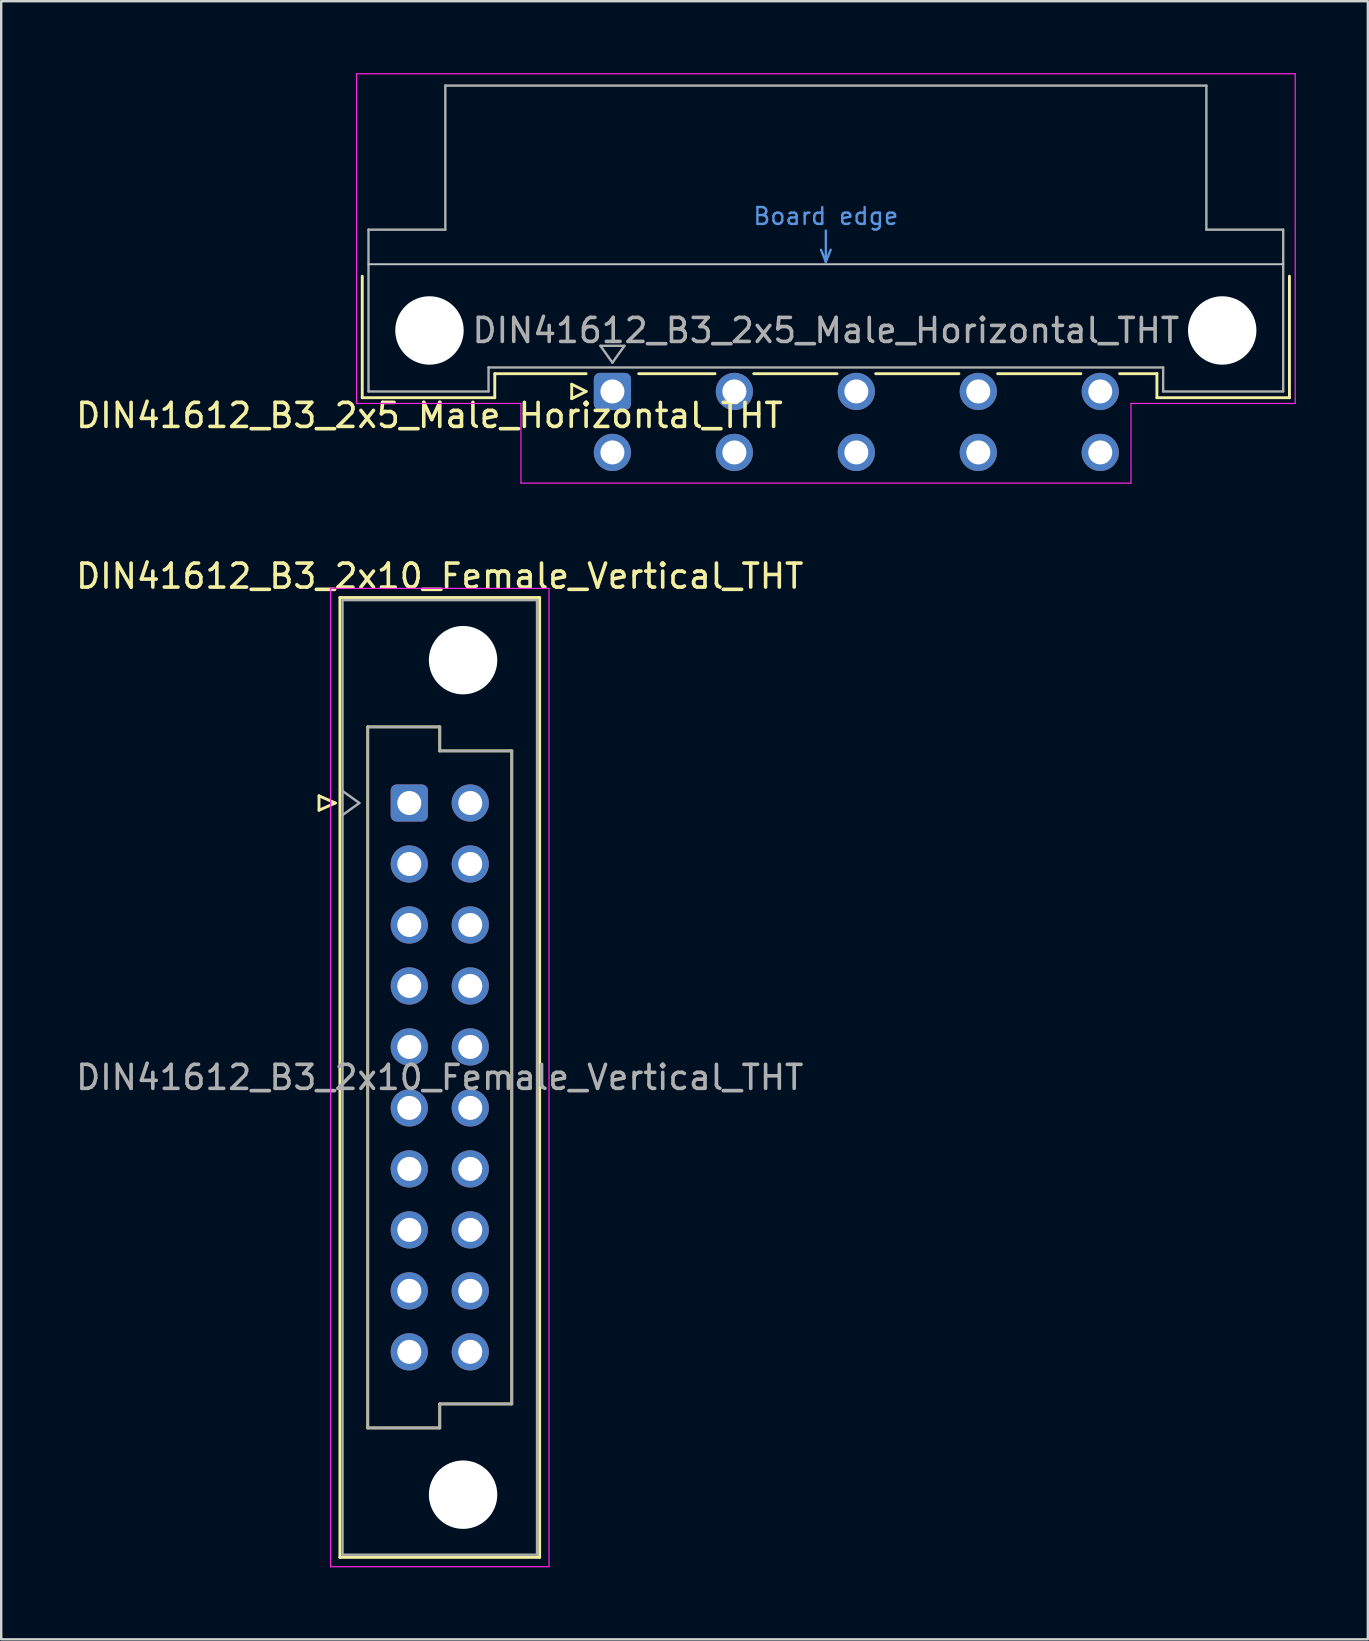
<source format=kicad_pcb>
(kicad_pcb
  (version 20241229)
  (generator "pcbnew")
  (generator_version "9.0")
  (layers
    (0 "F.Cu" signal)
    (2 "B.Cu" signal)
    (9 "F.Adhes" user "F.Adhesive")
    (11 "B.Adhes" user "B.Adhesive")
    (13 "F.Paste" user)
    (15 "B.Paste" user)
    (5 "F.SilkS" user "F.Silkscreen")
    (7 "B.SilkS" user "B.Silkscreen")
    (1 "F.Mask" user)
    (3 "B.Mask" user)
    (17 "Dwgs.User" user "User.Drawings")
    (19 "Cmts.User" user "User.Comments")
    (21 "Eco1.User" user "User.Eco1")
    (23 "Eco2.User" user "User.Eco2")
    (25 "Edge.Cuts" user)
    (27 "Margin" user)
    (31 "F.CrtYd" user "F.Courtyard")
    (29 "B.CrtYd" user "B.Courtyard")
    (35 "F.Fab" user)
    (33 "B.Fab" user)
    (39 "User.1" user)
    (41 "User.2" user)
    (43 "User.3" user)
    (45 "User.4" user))
  (footprint "DIN41612_B3_2x5_Male_Horizontal_THT"
    (layer "F.Cu")
    (at 19.919 13.255)
    (property "Reference" "DIN41612_B3_2x5_Male_Horizontal_THT" (at -5.08 1 0) (layer "F.SilkS") (effects (font (size 1 1) (thickness 0.15))))
    (attr through_hole)
    (fp_line (start -7.88 -4.8) (end -7.88 0.26) (stroke (width 0.12) (type solid)) (layer "F.SilkS"))
    (fp_line (start -7.88 0.26) (end -2.36 0.26) (stroke (width 0.12) (type solid)) (layer "F.SilkS"))
    (fp_line (start -2.36 -0.74) (end 1.445 -0.74) (stroke (width 0.12) (type solid)) (layer "F.SilkS"))
    (fp_line (start -2.36 0.26) (end -2.36 -0.74) (stroke (width 0.12) (type solid)) (layer "F.SilkS"))
    (fp_line (start 0.845 -0.3) (end 0.845 0.3) (stroke (width 0.12) (type solid)) (layer "F.SilkS"))
    (fp_line (start 0.845 0.3) (end 1.445 0) (stroke (width 0.12) (type solid)) (layer "F.SilkS"))
    (fp_line (start 1.445 0) (end 0.845 -0.3) (stroke (width 0.12) (type solid)) (layer "F.SilkS"))
    (fp_line (start 3.635 -0.74) (end 6.813 -0.74) (stroke (width 0.12) (type solid)) (layer "F.SilkS"))
    (fp_line (start 8.427 -0.74) (end 11.893 -0.74) (stroke (width 0.12) (type solid)) (layer "F.SilkS"))
    (fp_line (start 13.507 -0.74) (end 16.973 -0.74) (stroke (width 0.12) (type solid)) (layer "F.SilkS"))
    (fp_line (start 18.587 -0.74) (end 22.053 -0.74) (stroke (width 0.12) (type solid)) (layer "F.SilkS"))
    (fp_line (start 23.667 -0.74) (end 25.22 -0.74) (stroke (width 0.12) (type solid)) (layer "F.SilkS"))
    (fp_line (start 25.22 0.26) (end 25.22 -0.74) (stroke (width 0.12) (type solid)) (layer "F.SilkS"))
    (fp_line (start 30.74 -4.8) (end 30.74 0.26) (stroke (width 0.12) (type solid)) (layer "F.SilkS"))
    (fp_line (start 30.74 0.26) (end 25.22 0.26) (stroke (width 0.12) (type solid)) (layer "F.SilkS"))
    (fp_line (start -7.62 -5.3) (end 30.48 -5.3) (stroke (width 0.08) (type solid)) (layer "Dwgs.User"))
    (fp_line (start 11.23 -5.9) (end 11.43 -5.4) (stroke (width 0.1) (type solid)) (layer "Cmts.User"))
    (fp_line (start 11.43 -5.4) (end 11.43 -6.7) (stroke (width 0.1) (type solid)) (layer "Cmts.User"))
    (fp_line (start 11.43 -5.4) (end 11.63 -5.9) (stroke (width 0.1) (type solid)) (layer "Cmts.User"))
    (fp_line (start -8.12 -13.23) (end -8.12 0.5) (stroke (width 0.05) (type solid)) (layer "F.CrtYd"))
    (fp_line (start -8.12 0.5) (end -1.27 0.5) (stroke (width 0.05) (type solid)) (layer "F.CrtYd"))
    (fp_line (start -1.27 0.5) (end -1.27 3.82) (stroke (width 0.05) (type solid)) (layer "F.CrtYd"))
    (fp_line (start -1.27 3.82) (end 24.14 3.82) (stroke (width 0.05) (type solid)) (layer "F.CrtYd"))
    (fp_line (start 24.14 0.5) (end 30.98 0.5) (stroke (width 0.05) (type solid)) (layer "F.CrtYd"))
    (fp_line (start 24.14 3.82) (end 24.14 0.5) (stroke (width 0.05) (type solid)) (layer "F.CrtYd"))
    (fp_line (start 30.98 -13.23) (end -8.12 -13.23) (stroke (width 0.05) (type solid)) (layer "F.CrtYd"))
    (fp_line (start 30.98 0.5) (end 30.98 -13.23) (stroke (width 0.05) (type solid)) (layer "F.CrtYd"))
    (fp_line (start -7.62 -6.74) (end -7.62 0) (stroke (width 0.1) (type solid)) (layer "F.Fab"))
    (fp_line (start -7.62 0) (end -2.62 0) (stroke (width 0.1) (type solid)) (layer "F.Fab"))
    (fp_line (start -4.42 -12.74) (end -4.42 -6.74) (stroke (width 0.1) (type solid)) (layer "F.Fab"))
    (fp_line (start -4.42 -6.74) (end -7.62 -6.74) (stroke (width 0.1) (type solid)) (layer "F.Fab"))
    (fp_line (start -2.62 -1) (end 25.48 -1) (stroke (width 0.1) (type solid)) (layer "F.Fab"))
    (fp_line (start -2.62 0) (end -2.62 -1) (stroke (width 0.1) (type solid)) (layer "F.Fab"))
    (fp_line (start 2.04 -1.9) (end 3.04 -1.9) (stroke (width 0.1) (type solid)) (layer "F.Fab"))
    (fp_line (start 2.54 -1.2) (end 2.04 -1.9) (stroke (width 0.1) (type solid)) (layer "F.Fab"))
    (fp_line (start 3.04 -1.9) (end 2.54 -1.2) (stroke (width 0.1) (type solid)) (layer "F.Fab"))
    (fp_line (start 25.48 -1) (end 25.48 0) (stroke (width 0.1) (type solid)) (layer "F.Fab"))
    (fp_line (start 25.48 0) (end 30.48 0) (stroke (width 0.1) (type solid)) (layer "F.Fab"))
    (fp_line (start 27.28 -12.74) (end -4.42 -12.74) (stroke (width 0.1) (type solid)) (layer "F.Fab"))
    (fp_line (start 27.28 -6.74) (end 27.28 -12.74) (stroke (width 0.1) (type solid)) (layer "F.Fab"))
    (fp_line (start 30.48 -6.74) (end 27.28 -6.74) (stroke (width 0.1) (type solid)) (layer "F.Fab"))
    (fp_line (start 30.48 0) (end 30.48 -6.74) (stroke (width 0.1) (type solid)) (layer "F.Fab"))
    (fp_text user "Board edge" (at 11.43 -7.3 0) (layer "Cmts.User") (effects (font (size 0.7 0.7) (thickness 0.1))))
    (fp_text user "${REFERENCE}" (at 11.43 -2.54 0) (layer "F.Fab") (effects (font (size 1 1) (thickness 0.15))))
    (pad "" np_thru_hole circle (at -5.08 -2.54) (size 2.85 2.85) (drill 2.85) (layers "*.Cu" "*.Mask"))
    (pad "" np_thru_hole circle (at 27.94 -2.54) (size 2.85 2.85) (drill 2.85) (layers "*.Cu" "*.Mask"))
    (pad "a2" thru_hole roundrect (at 2.54 0) (size 1.55 1.55) (drill 1) (layers "*.Cu" "*.Mask") (roundrect_rratio 0.161))
    (pad "a4" thru_hole circle (at 7.62 0) (size 1.55 1.55) (drill 1) (layers "*.Cu" "*.Mask"))
    (pad "a6" thru_hole circle (at 12.7 0) (size 1.55 1.55) (drill 1) (layers "*.Cu" "*.Mask"))
    (pad "a8" thru_hole circle (at 17.78 0) (size 1.55 1.55) (drill 1) (layers "*.Cu" "*.Mask"))
    (pad "a10" thru_hole circle (at 22.86 0) (size 1.55 1.55) (drill 1) (layers "*.Cu" "*.Mask"))
    (pad "b2" thru_hole circle (at 2.54 2.54) (size 1.55 1.55) (drill 1) (layers "*.Cu" "*.Mask"))
    (pad "b4" thru_hole circle (at 7.62 2.54) (size 1.55 1.55) (drill 1) (layers "*.Cu" "*.Mask"))
    (pad "b6" thru_hole circle (at 12.7 2.54) (size 1.55 1.55) (drill 1) (layers "*.Cu" "*.Mask"))
    (pad "b8" thru_hole circle (at 17.78 2.54) (size 1.55 1.55) (drill 1) (layers "*.Cu" "*.Mask"))
    (pad "b10" thru_hole circle (at 22.86 2.54) (size 1.55 1.55) (drill 1) (layers "*.Cu" "*.Mask")))
  (footprint "DIN41612_B3_2x10_Female_Vertical_THT"
    (layer "F.Cu")
    (at 13.998 30.398)
    (property "Reference" "DIN41612_B3_2x10_Female_Vertical_THT" (at 1.27 -9.45 0) (layer "F.SilkS") (effects (font (size 1 1) (thickness 0.15))))
    (attr through_hole)
    (fp_line (start -3.76 -0.3) (end -3.76 0.3) (stroke (width 0.12) (type solid)) (layer "F.SilkS"))
    (fp_line (start -3.76 0.3) (end -3.08 0) (stroke (width 0.12) (type solid)) (layer "F.SilkS"))
    (fp_line (start -3.08 0) (end -3.76 -0.3) (stroke (width 0.12) (type solid)) (layer "F.SilkS"))
    (fp_line (start -2.89 -8.56) (end 5.43 -8.56) (stroke (width 0.12) (type solid)) (layer "F.SilkS"))
    (fp_line (start -2.89 31.42) (end -2.89 -8.56) (stroke (width 0.12) (type solid)) (layer "F.SilkS"))
    (fp_line (start -1.73 -3.17) (end 1.27 -3.17) (stroke (width 0.12) (type solid)) (layer "F.SilkS"))
    (fp_line (start -1.73 26.03) (end -1.73 -3.17) (stroke (width 0.12) (type solid)) (layer "F.SilkS"))
    (fp_line (start 1.27 -3.17) (end 1.27 -2.17) (stroke (width 0.12) (type solid)) (layer "F.SilkS"))
    (fp_line (start 1.27 -2.17) (end 4.27 -2.17) (stroke (width 0.12) (type solid)) (layer "F.SilkS"))
    (fp_line (start 1.27 25.03) (end 1.27 26.03) (stroke (width 0.12) (type solid)) (layer "F.SilkS"))
    (fp_line (start 1.27 26.03) (end -1.73 26.03) (stroke (width 0.12) (type solid)) (layer "F.SilkS"))
    (fp_line (start 4.27 -2.17) (end 4.27 25.03) (stroke (width 0.12) (type solid)) (layer "F.SilkS"))
    (fp_line (start 4.27 25.03) (end 1.27 25.03) (stroke (width 0.12) (type solid)) (layer "F.SilkS"))
    (fp_line (start 5.43 -8.56) (end 5.43 31.42) (stroke (width 0.12) (type solid)) (layer "F.SilkS"))
    (fp_line (start 5.43 31.42) (end -2.89 31.42) (stroke (width 0.12) (type solid)) (layer "F.SilkS"))
    (fp_line (start -3.28 -8.94) (end 5.82 -8.94) (stroke (width 0.05) (type solid)) (layer "F.CrtYd"))
    (fp_line (start -3.28 31.81) (end -3.28 -8.94) (stroke (width 0.05) (type solid)) (layer "F.CrtYd"))
    (fp_line (start 5.82 -8.94) (end 5.82 31.81) (stroke (width 0.05) (type solid)) (layer "F.CrtYd"))
    (fp_line (start 5.82 31.81) (end -3.28 31.81) (stroke (width 0.05) (type solid)) (layer "F.CrtYd"))
    (fp_line (start -2.78 -8.45) (end 5.32 -8.45) (stroke (width 0.1) (type solid)) (layer "F.Fab"))
    (fp_line (start -2.78 -0.5) (end -2.08 0) (stroke (width 0.1) (type solid)) (layer "F.Fab"))
    (fp_line (start -2.78 31.31) (end -2.78 -8.45) (stroke (width 0.1) (type solid)) (layer "F.Fab"))
    (fp_line (start -2.08 0) (end -2.78 0.5) (stroke (width 0.1) (type solid)) (layer "F.Fab"))
    (fp_line (start -1.73 -3.17) (end 1.27 -3.17) (stroke (width 0.1) (type solid)) (layer "F.Fab"))
    (fp_line (start -1.73 26.03) (end -1.73 -3.17) (stroke (width 0.1) (type solid)) (layer "F.Fab"))
    (fp_line (start 1.27 -3.17) (end 1.27 -2.17) (stroke (width 0.1) (type solid)) (layer "F.Fab"))
    (fp_line (start 1.27 -2.17) (end 4.27 -2.17) (stroke (width 0.1) (type solid)) (layer "F.Fab"))
    (fp_line (start 1.27 25.03) (end 1.27 26.03) (stroke (width 0.1) (type solid)) (layer "F.Fab"))
    (fp_line (start 1.27 26.03) (end -1.73 26.03) (stroke (width 0.1) (type solid)) (layer "F.Fab"))
    (fp_line (start 4.27 -2.17) (end 4.27 25.03) (stroke (width 0.1) (type solid)) (layer "F.Fab"))
    (fp_line (start 4.27 25.03) (end 1.27 25.03) (stroke (width 0.1) (type solid)) (layer "F.Fab"))
    (fp_line (start 5.32 -8.45) (end 5.32 31.31) (stroke (width 0.1) (type solid)) (layer "F.Fab"))
    (fp_line (start 5.32 31.31) (end -2.78 31.31) (stroke (width 0.1) (type solid)) (layer "F.Fab"))
    (fp_text user "${REFERENCE}" (at 1.27 11.43 0) (layer "F.Fab") (effects (font (size 1 1) (thickness 0.15))))
    (pad "" np_thru_hole circle (at 2.24 -5.95) (size 2.85 2.85) (drill 2.85) (layers "*.Cu" "*.Mask"))
    (pad "" np_thru_hole circle (at 2.24 28.81) (size 2.85 2.85) (drill 2.85) (layers "*.Cu" "*.Mask"))
    (pad "a1" thru_hole roundrect (at 0 0) (size 1.55 1.55) (drill 1) (layers "*.Cu" "*.Mask") (roundrect_rratio 0.161))
    (pad "a2" thru_hole circle (at 0 2.54) (size 1.55 1.55) (drill 1) (layers "*.Cu" "*.Mask"))
    (pad "a3" thru_hole circle (at 0 5.08) (size 1.55 1.55) (drill 1) (layers "*.Cu" "*.Mask"))
    (pad "a4" thru_hole circle (at 0 7.62) (size 1.55 1.55) (drill 1) (layers "*.Cu" "*.Mask"))
    (pad "a5" thru_hole circle (at 0 10.16) (size 1.55 1.55) (drill 1) (layers "*.Cu" "*.Mask"))
    (pad "a6" thru_hole circle (at 0 12.7) (size 1.55 1.55) (drill 1) (layers "*.Cu" "*.Mask"))
    (pad "a7" thru_hole circle (at 0 15.24) (size 1.55 1.55) (drill 1) (layers "*.Cu" "*.Mask"))
    (pad "a8" thru_hole circle (at 0 17.78) (size 1.55 1.55) (drill 1) (layers "*.Cu" "*.Mask"))
    (pad "a9" thru_hole circle (at 0 20.32) (size 1.55 1.55) (drill 1) (layers "*.Cu" "*.Mask"))
    (pad "a10" thru_hole circle (at 0 22.86) (size 1.55 1.55) (drill 1) (layers "*.Cu" "*.Mask"))
    (pad "b1" thru_hole circle (at 2.54 0) (size 1.55 1.55) (drill 1) (layers "*.Cu" "*.Mask"))
    (pad "b2" thru_hole circle (at 2.54 2.54) (size 1.55 1.55) (drill 1) (layers "*.Cu" "*.Mask"))
    (pad "b3" thru_hole circle (at 2.54 5.08) (size 1.55 1.55) (drill 1) (layers "*.Cu" "*.Mask"))
    (pad "b4" thru_hole circle (at 2.54 7.62) (size 1.55 1.55) (drill 1) (layers "*.Cu" "*.Mask"))
    (pad "b5" thru_hole circle (at 2.54 10.16) (size 1.55 1.55) (drill 1) (layers "*.Cu" "*.Mask"))
    (pad "b6" thru_hole circle (at 2.54 12.7) (size 1.55 1.55) (drill 1) (layers "*.Cu" "*.Mask"))
    (pad "b7" thru_hole circle (at 2.54 15.24) (size 1.55 1.55) (drill 1) (layers "*.Cu" "*.Mask"))
    (pad "b8" thru_hole circle (at 2.54 17.78) (size 1.55 1.55) (drill 1) (layers "*.Cu" "*.Mask"))
    (pad "b9" thru_hole circle (at 2.54 20.32) (size 1.55 1.55) (drill 1) (layers "*.Cu" "*.Mask"))
    (pad "b10" thru_hole circle (at 2.54 22.86) (size 1.55 1.55) (drill 1) (layers "*.Cu" "*.Mask")))
  (gr_rect
    (start -3 -3)
    (end 53.924 65.233)
    (stroke (width 0.1) (type default))
    (fill no)
    (layer "Edge.Cuts")))
</source>
